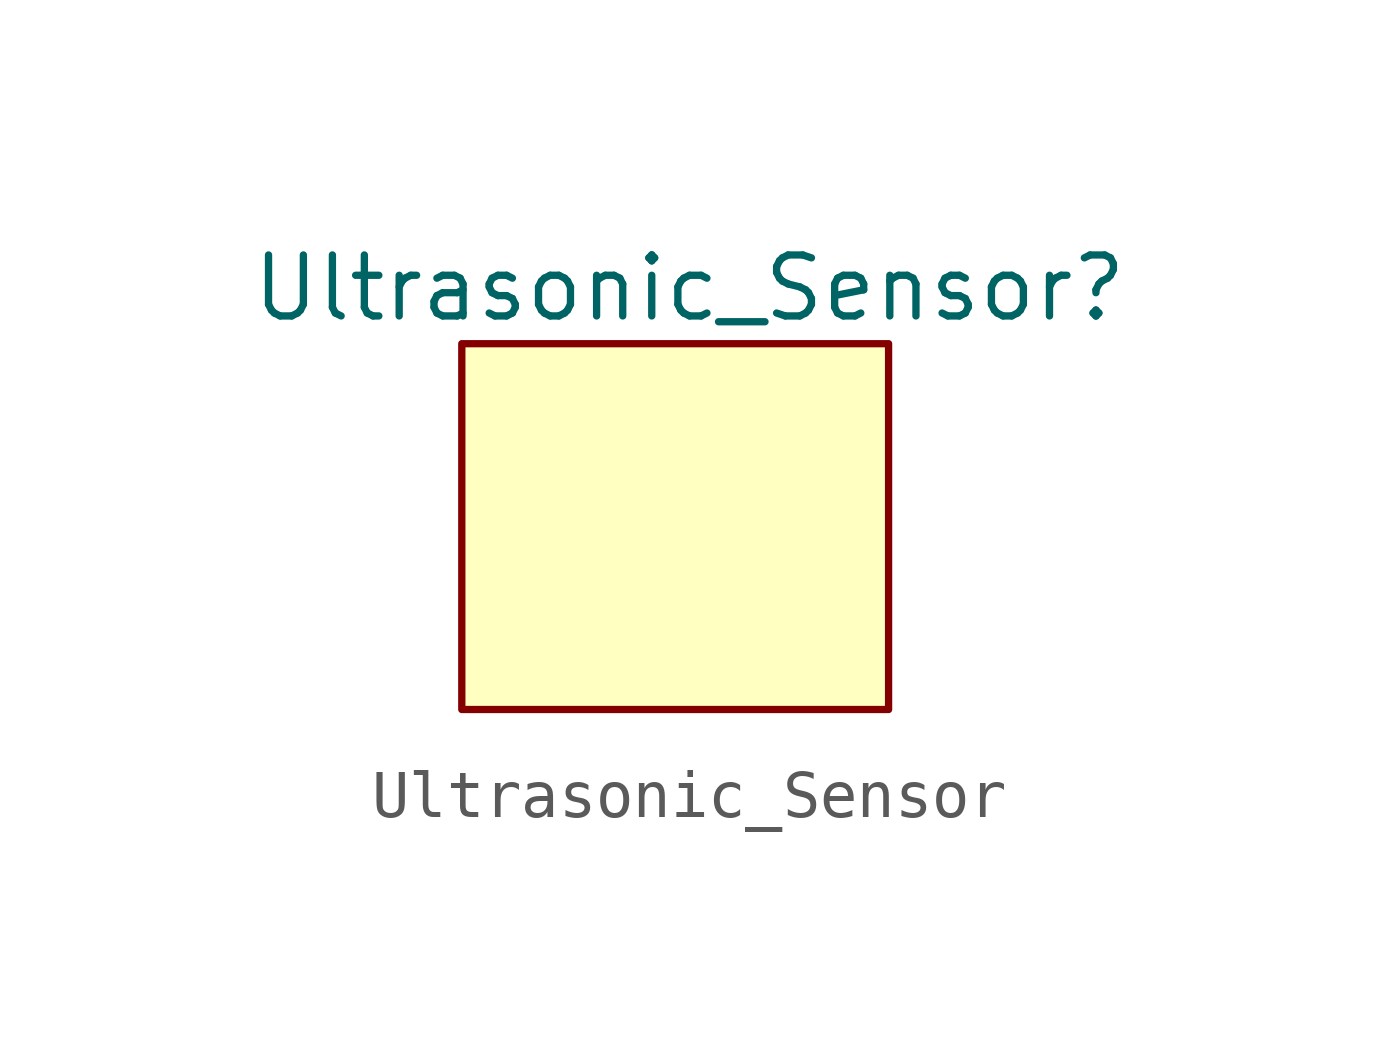
<source format=kicad_sym>
(kicad_symbol_lib
  (version 20241209)
  (generator "kicad_symbol_editor")
  (generator_version "9.0")
  (symbol "Ultrasonic_Sensor"
    (property "Reference" "Ultrasonic_Sensor"
      (at 0.254 5.08 0)
      (effects (font (size 1.27 1.27))))
    (property "Value" ""
      (at 0 0 0)
      (effects (font (size 1.27 1.27))))
    (symbol "Ultrasonic_Sensor_1_1"
      (rectangle (start -4.489 3.922) (end 4.401 -3.698) (stroke (width 0) (type solid)) (fill (type color) (color 255 255 194 1))))))
</source>
